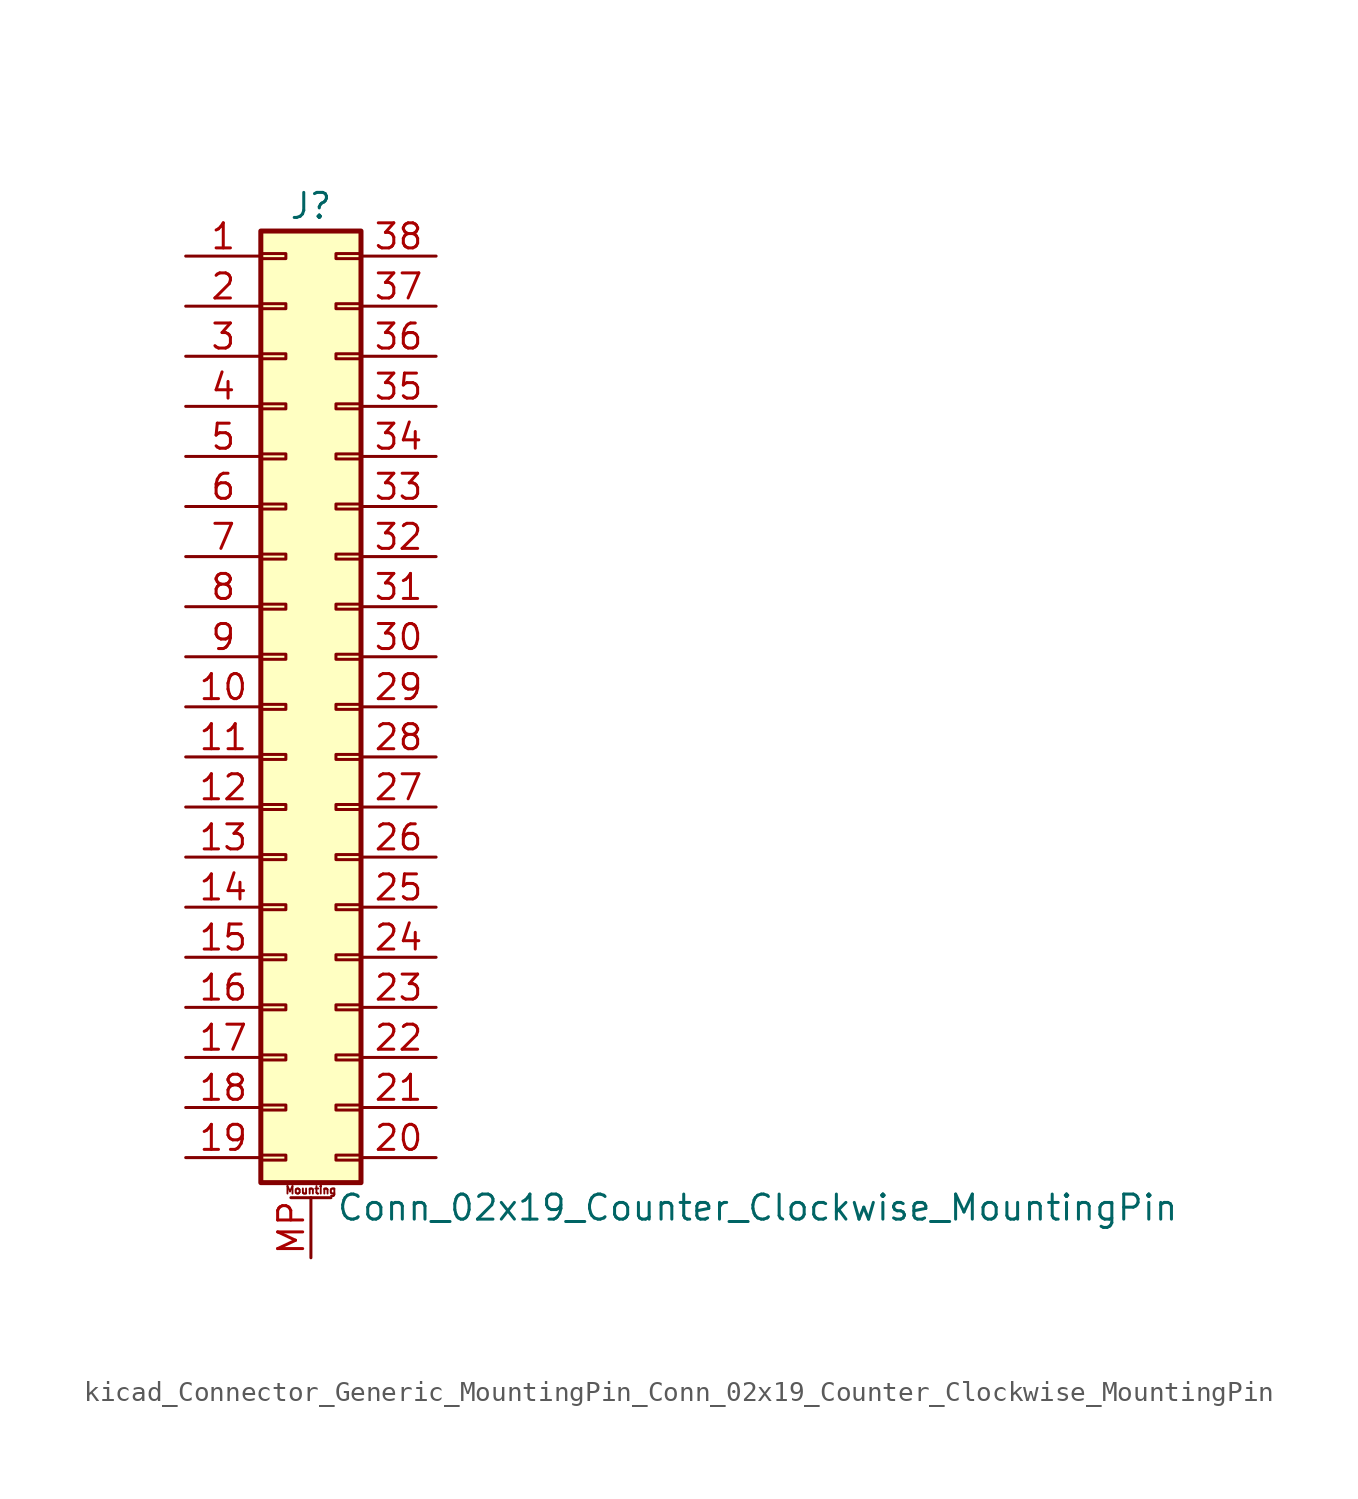
<source format=kicad_sym>
(kicad_symbol_lib
  (version 20220914)
  (generator kicad_symbol_editor)
  (symbol "kicad_Connector_Generic_MountingPin_Conn_02x19_Counter_Clockwise_MountingPin"
    (pin_names
      (offset 1.016) hide)
    (property "Reference" "J"
      (at 1.27 25.4 0)
      (effects (font (size 1.27 1.27))))
    (property "Value" "Conn_02x19_Counter_Clockwise_MountingPin"
      (at 2.54 -25.4 0)
      (effects (font (size 1.27 1.27)) (justify left)))
    (symbol "kicad_Connector_Generic_MountingPin_Conn_02x19_Counter_Clockwise_MountingPin_1_1"
      (rectangle (start -1.27 -22.733) (end 0 -22.987) (stroke (width 0.152) (type default)) (fill (type none)))
      (rectangle (start -1.27 -20.193) (end 0 -20.447) (stroke (width 0.152) (type default)) (fill (type none)))
      (rectangle (start -1.27 -17.653) (end 0 -17.907) (stroke (width 0.152) (type default)) (fill (type none)))
      (rectangle (start -1.27 -15.113) (end 0 -15.367) (stroke (width 0.152) (type default)) (fill (type none)))
      (rectangle (start -1.27 -12.573) (end 0 -12.827) (stroke (width 0.152) (type default)) (fill (type none)))
      (rectangle (start -1.27 -10.033) (end 0 -10.287) (stroke (width 0.152) (type default)) (fill (type none)))
      (rectangle (start -1.27 -7.493) (end 0 -7.747) (stroke (width 0.152) (type default)) (fill (type none)))
      (rectangle (start -1.27 -4.953) (end 0 -5.207) (stroke (width 0.152) (type default)) (fill (type none)))
      (rectangle (start -1.27 -2.413) (end 0 -2.667) (stroke (width 0.152) (type default)) (fill (type none)))
      (rectangle (start -1.27 0.127) (end 0 -0.127) (stroke (width 0.152) (type default)) (fill (type none)))
      (rectangle (start -1.27 2.667) (end 0 2.413) (stroke (width 0.152) (type default)) (fill (type none)))
      (rectangle (start -1.27 5.207) (end 0 4.953) (stroke (width 0.152) (type default)) (fill (type none)))
      (rectangle (start -1.27 7.747) (end 0 7.493) (stroke (width 0.152) (type default)) (fill (type none)))
      (rectangle (start -1.27 10.287) (end 0 10.033) (stroke (width 0.152) (type default)) (fill (type none)))
      (rectangle (start -1.27 12.827) (end 0 12.573) (stroke (width 0.152) (type default)) (fill (type none)))
      (rectangle (start -1.27 15.367) (end 0 15.113) (stroke (width 0.152) (type default)) (fill (type none)))
      (rectangle (start -1.27 17.907) (end 0 17.653) (stroke (width 0.152) (type default)) (fill (type none)))
      (rectangle (start -1.27 20.447) (end 0 20.193) (stroke (width 0.152) (type default)) (fill (type none)))
      (rectangle (start -1.27 22.987) (end 0 22.733) (stroke (width 0.152) (type default)) (fill (type none)))
      (rectangle (start -1.27 24.13) (end 3.81 -24.13) (stroke (width 0.254) (type default)) (fill (type background)))
      (polyline (pts (xy 0.254 -24.892) (xy 2.286 -24.892)) (stroke (width 0.152) (type default)) (fill (type none)))
      (rectangle (start 3.81 -22.733) (end 2.54 -22.987) (stroke (width 0.152) (type default)) (fill (type none)))
      (rectangle (start 3.81 -20.193) (end 2.54 -20.447) (stroke (width 0.152) (type default)) (fill (type none)))
      (rectangle (start 3.81 -17.653) (end 2.54 -17.907) (stroke (width 0.152) (type default)) (fill (type none)))
      (rectangle (start 3.81 -15.113) (end 2.54 -15.367) (stroke (width 0.152) (type default)) (fill (type none)))
      (rectangle (start 3.81 -12.573) (end 2.54 -12.827) (stroke (width 0.152) (type default)) (fill (type none)))
      (rectangle (start 3.81 -10.033) (end 2.54 -10.287) (stroke (width 0.152) (type default)) (fill (type none)))
      (rectangle (start 3.81 -7.493) (end 2.54 -7.747) (stroke (width 0.152) (type default)) (fill (type none)))
      (rectangle (start 3.81 -4.953) (end 2.54 -5.207) (stroke (width 0.152) (type default)) (fill (type none)))
      (rectangle (start 3.81 -2.413) (end 2.54 -2.667) (stroke (width 0.152) (type default)) (fill (type none)))
      (rectangle (start 3.81 0.127) (end 2.54 -0.127) (stroke (width 0.152) (type default)) (fill (type none)))
      (rectangle (start 3.81 2.667) (end 2.54 2.413) (stroke (width 0.152) (type default)) (fill (type none)))
      (rectangle (start 3.81 5.207) (end 2.54 4.953) (stroke (width 0.152) (type default)) (fill (type none)))
      (rectangle (start 3.81 7.747) (end 2.54 7.493) (stroke (width 0.152) (type default)) (fill (type none)))
      (rectangle (start 3.81 10.287) (end 2.54 10.033) (stroke (width 0.152) (type default)) (fill (type none)))
      (rectangle (start 3.81 12.827) (end 2.54 12.573) (stroke (width 0.152) (type default)) (fill (type none)))
      (rectangle (start 3.81 15.367) (end 2.54 15.113) (stroke (width 0.152) (type default)) (fill (type none)))
      (rectangle (start 3.81 17.907) (end 2.54 17.653) (stroke (width 0.152) (type default)) (fill (type none)))
      (rectangle (start 3.81 20.447) (end 2.54 20.193) (stroke (width 0.152) (type default)) (fill (type none)))
      (rectangle (start 3.81 22.987) (end 2.54 22.733) (stroke (width 0.152) (type default)) (fill (type none)))
      (text "Mounting" (at 1.27 -24.511 0) (effects (font (size 0.381 0.381))))
      (pin passive line (at -5.08 22.86 0) (length 3.81) (name "Pin_1" (effects (font (size 1.27 1.27)))) (number "1" (effects (font (size 1.27 1.27)))))
      (pin passive line (at -5.08 0 0) (length 3.81) (name "Pin_10" (effects (font (size 1.27 1.27)))) (number "10" (effects (font (size 1.27 1.27)))))
      (pin passive line (at -5.08 -2.54 0) (length 3.81) (name "Pin_11" (effects (font (size 1.27 1.27)))) (number "11" (effects (font (size 1.27 1.27)))))
      (pin passive line (at -5.08 -5.08 0) (length 3.81) (name "Pin_12" (effects (font (size 1.27 1.27)))) (number "12" (effects (font (size 1.27 1.27)))))
      (pin passive line (at -5.08 -7.62 0) (length 3.81) (name "Pin_13" (effects (font (size 1.27 1.27)))) (number "13" (effects (font (size 1.27 1.27)))))
      (pin passive line (at -5.08 -10.16 0) (length 3.81) (name "Pin_14" (effects (font (size 1.27 1.27)))) (number "14" (effects (font (size 1.27 1.27)))))
      (pin passive line (at -5.08 -12.7 0) (length 3.81) (name "Pin_15" (effects (font (size 1.27 1.27)))) (number "15" (effects (font (size 1.27 1.27)))))
      (pin passive line (at -5.08 -15.24 0) (length 3.81) (name "Pin_16" (effects (font (size 1.27 1.27)))) (number "16" (effects (font (size 1.27 1.27)))))
      (pin passive line (at -5.08 -17.78 0) (length 3.81) (name "Pin_17" (effects (font (size 1.27 1.27)))) (number "17" (effects (font (size 1.27 1.27)))))
      (pin passive line (at -5.08 -20.32 0) (length 3.81) (name "Pin_18" (effects (font (size 1.27 1.27)))) (number "18" (effects (font (size 1.27 1.27)))))
      (pin passive line (at -5.08 -22.86 0) (length 3.81) (name "Pin_19" (effects (font (size 1.27 1.27)))) (number "19" (effects (font (size 1.27 1.27)))))
      (pin passive line (at -5.08 20.32 0) (length 3.81) (name "Pin_2" (effects (font (size 1.27 1.27)))) (number "2" (effects (font (size 1.27 1.27)))))
      (pin passive line (at 7.62 -22.86 180) (length 3.81) (name "Pin_20" (effects (font (size 1.27 1.27)))) (number "20" (effects (font (size 1.27 1.27)))))
      (pin passive line (at 7.62 -20.32 180) (length 3.81) (name "Pin_21" (effects (font (size 1.27 1.27)))) (number "21" (effects (font (size 1.27 1.27)))))
      (pin passive line (at 7.62 -17.78 180) (length 3.81) (name "Pin_22" (effects (font (size 1.27 1.27)))) (number "22" (effects (font (size 1.27 1.27)))))
      (pin passive line (at 7.62 -15.24 180) (length 3.81) (name "Pin_23" (effects (font (size 1.27 1.27)))) (number "23" (effects (font (size 1.27 1.27)))))
      (pin passive line (at 7.62 -12.7 180) (length 3.81) (name "Pin_24" (effects (font (size 1.27 1.27)))) (number "24" (effects (font (size 1.27 1.27)))))
      (pin passive line (at 7.62 -10.16 180) (length 3.81) (name "Pin_25" (effects (font (size 1.27 1.27)))) (number "25" (effects (font (size 1.27 1.27)))))
      (pin passive line (at 7.62 -7.62 180) (length 3.81) (name "Pin_26" (effects (font (size 1.27 1.27)))) (number "26" (effects (font (size 1.27 1.27)))))
      (pin passive line (at 7.62 -5.08 180) (length 3.81) (name "Pin_27" (effects (font (size 1.27 1.27)))) (number "27" (effects (font (size 1.27 1.27)))))
      (pin passive line (at 7.62 -2.54 180) (length 3.81) (name "Pin_28" (effects (font (size 1.27 1.27)))) (number "28" (effects (font (size 1.27 1.27)))))
      (pin passive line (at 7.62 0 180) (length 3.81) (name "Pin_29" (effects (font (size 1.27 1.27)))) (number "29" (effects (font (size 1.27 1.27)))))
      (pin passive line (at -5.08 17.78 0) (length 3.81) (name "Pin_3" (effects (font (size 1.27 1.27)))) (number "3" (effects (font (size 1.27 1.27)))))
      (pin passive line (at 7.62 2.54 180) (length 3.81) (name "Pin_30" (effects (font (size 1.27 1.27)))) (number "30" (effects (font (size 1.27 1.27)))))
      (pin passive line (at 7.62 5.08 180) (length 3.81) (name "Pin_31" (effects (font (size 1.27 1.27)))) (number "31" (effects (font (size 1.27 1.27)))))
      (pin passive line (at 7.62 7.62 180) (length 3.81) (name "Pin_32" (effects (font (size 1.27 1.27)))) (number "32" (effects (font (size 1.27 1.27)))))
      (pin passive line (at 7.62 10.16 180) (length 3.81) (name "Pin_33" (effects (font (size 1.27 1.27)))) (number "33" (effects (font (size 1.27 1.27)))))
      (pin passive line (at 7.62 12.7 180) (length 3.81) (name "Pin_34" (effects (font (size 1.27 1.27)))) (number "34" (effects (font (size 1.27 1.27)))))
      (pin passive line (at 7.62 15.24 180) (length 3.81) (name "Pin_35" (effects (font (size 1.27 1.27)))) (number "35" (effects (font (size 1.27 1.27)))))
      (pin passive line (at 7.62 17.78 180) (length 3.81) (name "Pin_36" (effects (font (size 1.27 1.27)))) (number "36" (effects (font (size 1.27 1.27)))))
      (pin passive line (at 7.62 20.32 180) (length 3.81) (name "Pin_37" (effects (font (size 1.27 1.27)))) (number "37" (effects (font (size 1.27 1.27)))))
      (pin passive line (at 7.62 22.86 180) (length 3.81) (name "Pin_38" (effects (font (size 1.27 1.27)))) (number "38" (effects (font (size 1.27 1.27)))))
      (pin passive line (at -5.08 15.24 0) (length 3.81) (name "Pin_4" (effects (font (size 1.27 1.27)))) (number "4" (effects (font (size 1.27 1.27)))))
      (pin passive line (at -5.08 12.7 0) (length 3.81) (name "Pin_5" (effects (font (size 1.27 1.27)))) (number "5" (effects (font (size 1.27 1.27)))))
      (pin passive line (at -5.08 10.16 0) (length 3.81) (name "Pin_6" (effects (font (size 1.27 1.27)))) (number "6" (effects (font (size 1.27 1.27)))))
      (pin passive line (at -5.08 7.62 0) (length 3.81) (name "Pin_7" (effects (font (size 1.27 1.27)))) (number "7" (effects (font (size 1.27 1.27)))))
      (pin passive line (at -5.08 5.08 0) (length 3.81) (name "Pin_8" (effects (font (size 1.27 1.27)))) (number "8" (effects (font (size 1.27 1.27)))))
      (pin passive line (at -5.08 2.54 0) (length 3.81) (name "Pin_9" (effects (font (size 1.27 1.27)))) (number "9" (effects (font (size 1.27 1.27)))))
      (pin passive line (at 1.27 -27.94 90) (length 3.048) (name "MountPin" (effects (font (size 1.27 1.27)))) (number "MP" (effects (font (size 1.27 1.27))))))))
</source>
